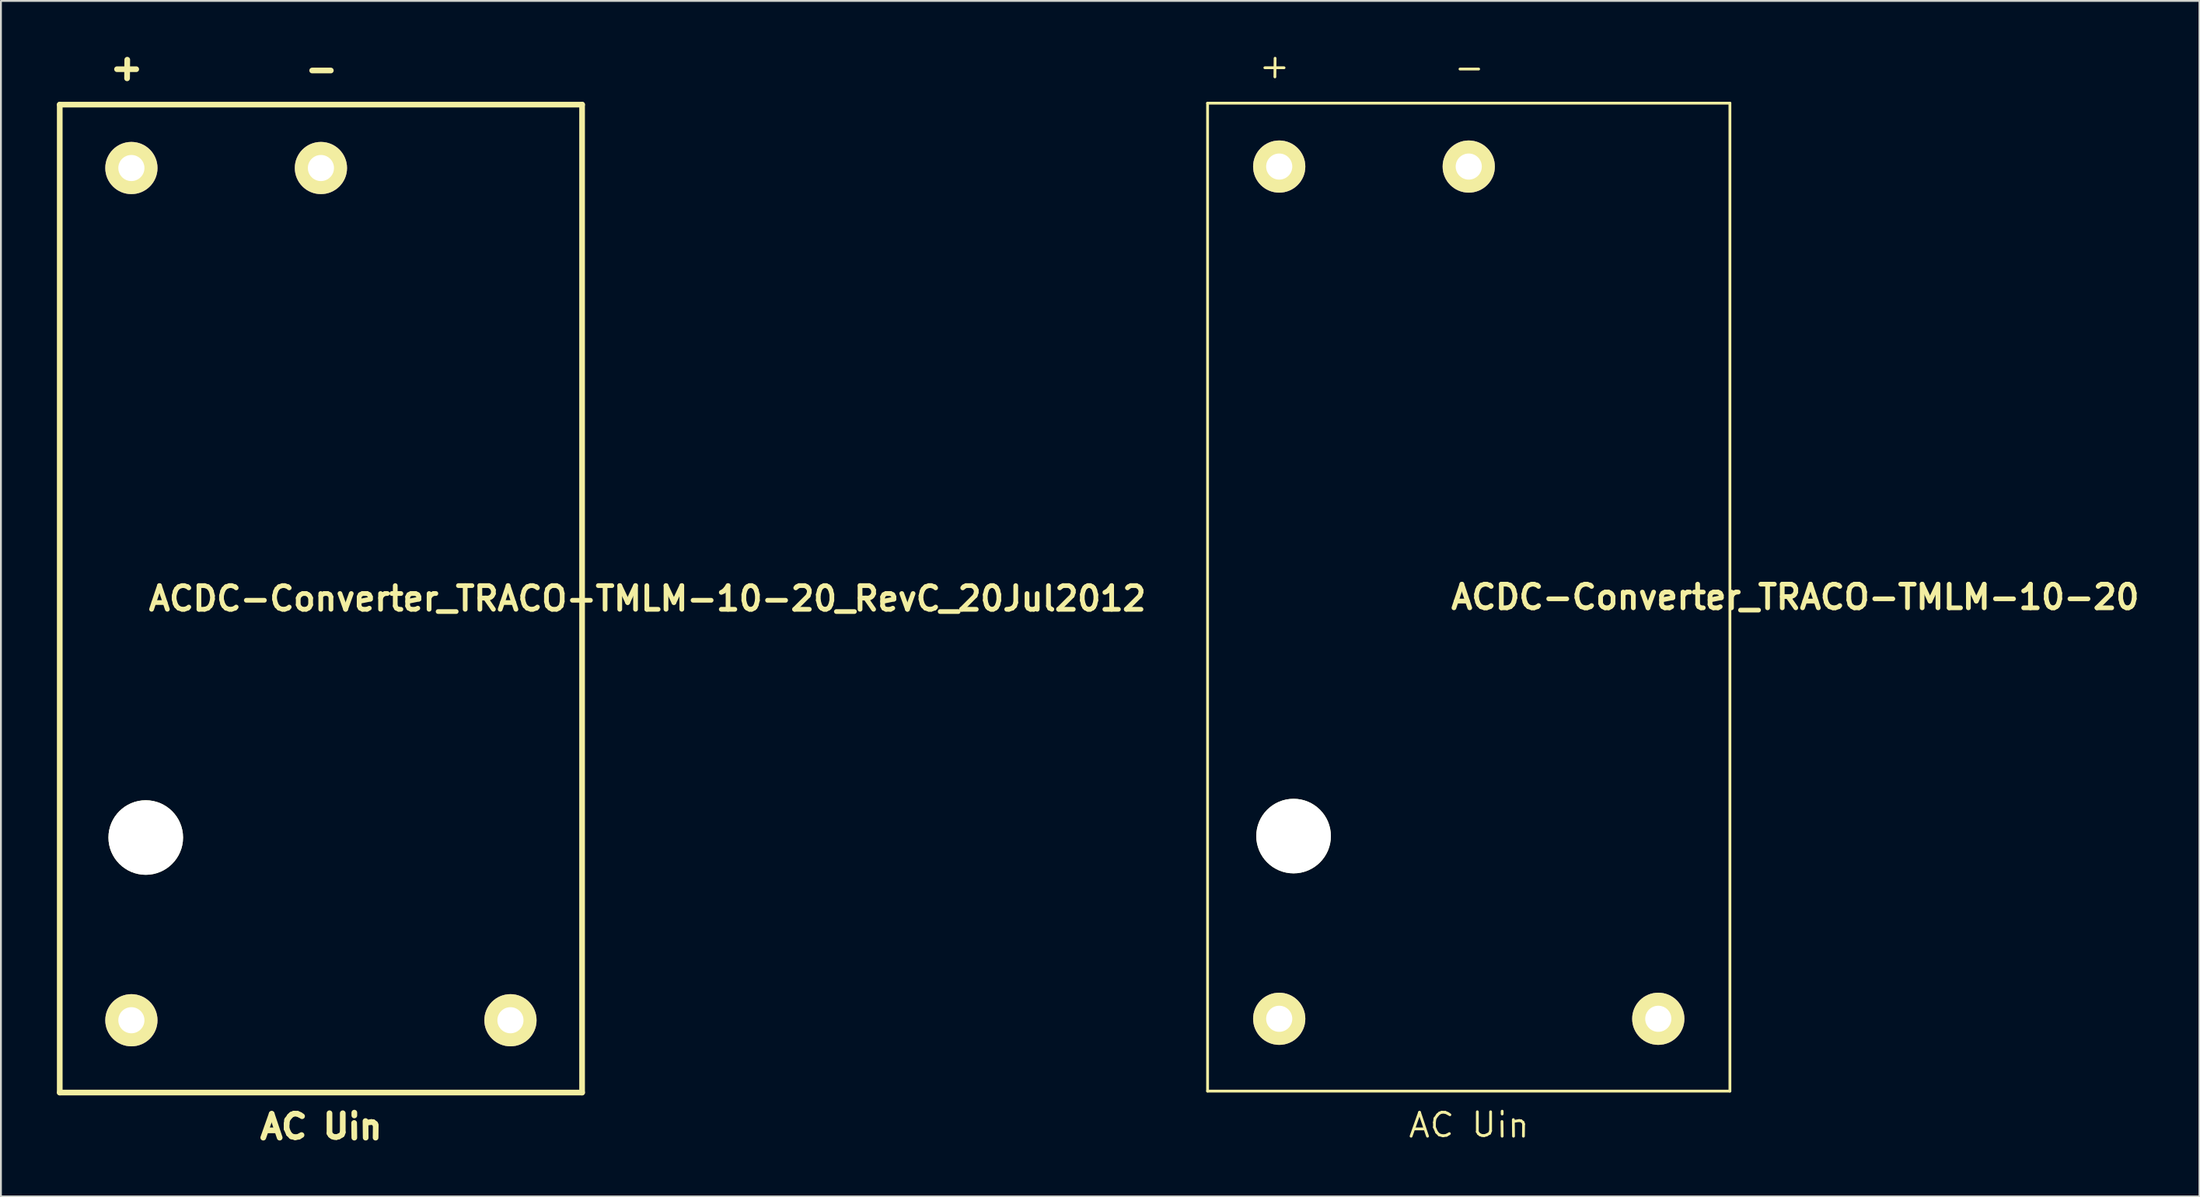
<source format=kicad_pcb>
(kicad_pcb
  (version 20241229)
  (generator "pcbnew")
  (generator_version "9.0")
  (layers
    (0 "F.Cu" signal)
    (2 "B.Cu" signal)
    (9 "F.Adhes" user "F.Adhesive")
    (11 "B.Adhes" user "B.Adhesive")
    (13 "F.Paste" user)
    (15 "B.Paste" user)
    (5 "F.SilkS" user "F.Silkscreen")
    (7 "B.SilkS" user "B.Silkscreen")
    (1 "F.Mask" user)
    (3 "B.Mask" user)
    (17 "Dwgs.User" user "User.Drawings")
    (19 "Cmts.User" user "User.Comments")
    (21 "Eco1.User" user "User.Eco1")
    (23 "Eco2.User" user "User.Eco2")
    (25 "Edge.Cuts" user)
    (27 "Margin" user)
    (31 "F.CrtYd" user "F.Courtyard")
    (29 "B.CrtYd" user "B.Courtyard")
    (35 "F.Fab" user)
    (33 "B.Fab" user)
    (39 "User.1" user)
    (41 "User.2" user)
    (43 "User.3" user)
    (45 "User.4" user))
  (footprint "ACDC-Converter_TRACO-TMLM-10-20"
    (layer "F.Cu")
    (at 75.683 28.985)
    (property "Reference" "ACDC-Converter_TRACO-TMLM-10-20" (at 17.501 0 0) (layer "F.SilkS") (effects (font (size 1.27 1.27) (thickness 0.254))))
    (attr through_hole)
    (fp_line (start -14 -26.5) (end 14 -26.5) (stroke (width 0.15) (type solid)) (layer "F.SilkS"))
    (fp_line (start -14 26.5) (end -14 -26.5) (stroke (width 0.15) (type solid)) (layer "F.SilkS"))
    (fp_line (start -10.93 -28.4) (end -9.901 -28.4) (stroke (width 0.15) (type solid)) (layer "F.SilkS"))
    (fp_line (start -10.381 -28.91) (end -10.391 -27.91) (stroke (width 0.15) (type solid)) (layer "F.SilkS"))
    (fp_line (start -3.091 28.92) (end -2.639 27.64) (stroke (width 0.15) (type solid)) (layer "F.SilkS"))
    (fp_line (start -2.921 28.529) (end -2.41 28.529) (stroke (width 0.15) (type solid)) (layer "F.SilkS"))
    (fp_line (start -2.639 27.64) (end -2.21 28.92) (stroke (width 0.15) (type solid)) (layer "F.SilkS"))
    (fp_line (start -1.839 28.179) (end -1.839 28.44) (stroke (width 0.15) (type solid)) (layer "F.SilkS"))
    (fp_line (start -1.839 28.44) (end -1.72 28.71) (stroke (width 0.15) (type solid)) (layer "F.SilkS"))
    (fp_line (start -1.811 27.97) (end -1.839 28.179) (stroke (width 0.15) (type solid)) (layer "F.SilkS"))
    (fp_line (start -1.72 28.71) (end -1.58 28.849) (stroke (width 0.15) (type solid)) (layer "F.SilkS"))
    (fp_line (start -1.669 27.77) (end -1.811 27.97) (stroke (width 0.15) (type solid)) (layer "F.SilkS"))
    (fp_line (start -1.58 28.849) (end -1.379 28.9) (stroke (width 0.15) (type solid)) (layer "F.SilkS"))
    (fp_line (start -1.57 27.681) (end -1.669 27.77) (stroke (width 0.15) (type solid)) (layer "F.SilkS"))
    (fp_line (start -1.44 27.63) (end -1.57 27.681) (stroke (width 0.15) (type solid)) (layer "F.SilkS"))
    (fp_line (start -1.379 28.9) (end -1.191 28.87) (stroke (width 0.15) (type solid)) (layer "F.SilkS"))
    (fp_line (start -1.26 27.64) (end -1.44 27.63) (stroke (width 0.15) (type solid)) (layer "F.SilkS"))
    (fp_line (start -1.191 28.87) (end -1.039 28.781) (stroke (width 0.15) (type solid)) (layer "F.SilkS"))
    (fp_line (start -1.12 27.701) (end -1.26 27.64) (stroke (width 0.15) (type solid)) (layer "F.SilkS"))
    (fp_line (start -1.011 27.77) (end -1.12 27.701) (stroke (width 0.15) (type solid)) (layer "F.SilkS"))
    (fp_line (start -0.47 -28.331) (end 0.531 -28.331) (stroke (width 0.15) (type solid)) (layer "F.SilkS"))
    (fp_line (start 0.46 27.61) (end 0.46 28.679) (stroke (width 0.15) (type solid)) (layer "F.SilkS"))
    (fp_line (start 0.46 28.679) (end 0.521 28.781) (stroke (width 0.15) (type solid)) (layer "F.SilkS"))
    (fp_line (start 0.521 28.781) (end 0.61 28.849) (stroke (width 0.15) (type solid)) (layer "F.SilkS"))
    (fp_line (start 0.61 28.849) (end 0.711 28.88) (stroke (width 0.15) (type solid)) (layer "F.SilkS"))
    (fp_line (start 0.711 28.88) (end 0.82 28.89) (stroke (width 0.15) (type solid)) (layer "F.SilkS"))
    (fp_line (start 0.82 28.89) (end 0.95 28.859) (stroke (width 0.15) (type solid)) (layer "F.SilkS"))
    (fp_line (start 0.95 28.859) (end 1.12 28.76) (stroke (width 0.15) (type solid)) (layer "F.SilkS"))
    (fp_line (start 1.12 28.76) (end 1.171 28.631) (stroke (width 0.15) (type solid)) (layer "F.SilkS"))
    (fp_line (start 1.171 28.631) (end 1.171 27.61) (stroke (width 0.15) (type solid)) (layer "F.SilkS"))
    (fp_line (start 1.791 27.579) (end 1.791 27.729) (stroke (width 0.15) (type solid)) (layer "F.SilkS"))
    (fp_line (start 1.791 28.92) (end 1.781 28.131) (stroke (width 0.15) (type solid)) (layer "F.SilkS"))
    (fp_line (start 2.4 28.92) (end 2.39 28.029) (stroke (width 0.15) (type solid)) (layer "F.SilkS"))
    (fp_line (start 2.7 28.08) (end 2.451 28.12) (stroke (width 0.15) (type solid)) (layer "F.SilkS"))
    (fp_line (start 2.799 28.09) (end 2.7 28.08) (stroke (width 0.15) (type solid)) (layer "F.SilkS"))
    (fp_line (start 2.911 28.179) (end 2.799 28.09) (stroke (width 0.15) (type solid)) (layer "F.SilkS"))
    (fp_line (start 2.931 28.92) (end 2.939 28.27) (stroke (width 0.15) (type solid)) (layer "F.SilkS"))
    (fp_line (start 2.939 28.27) (end 2.911 28.179) (stroke (width 0.15) (type solid)) (layer "F.SilkS"))
    (fp_line (start 14 -26.5) (end 14 26.5) (stroke (width 0.15) (type solid)) (layer "F.SilkS"))
    (fp_line (start 14 26.5) (end -14 26.5) (stroke (width 0.15) (type solid)) (layer "F.SilkS"))
    (pad "" np_thru_hole circle (at -9.39 12.819) (size 4 4) (drill 4) (layers "*.Cu" "*.Mask" "F.SilkS"))
    (pad "1" thru_hole circle (at 0 -23.099) (size 2.799 2.799) (drill 1.4) (layers "*.Cu" "*.Mask" "F.SilkS"))
    (pad "2" thru_hole circle (at -10.16 -23.099) (size 2.799 2.799) (drill 1.4) (layers "*.Cu" "*.Mask" "F.SilkS"))
    (pad "3" thru_hole circle (at -10.16 22.621) (size 2.799 2.799) (drill 1.4) (layers "*.Cu" "*.Mask" "F.SilkS"))
    (pad "4" thru_hole circle (at 10.16 22.621) (size 2.799 2.799) (drill 1.4) (layers "*.Cu" "*.Mask" "F.SilkS")))
  (footprint "ACDC-Converter_TRACO-TMLM-10-20_RevC_20Jul2012"
    (layer "F.Cu")
    (at 14.153 29.063)
    (property "Reference" "ACDC-Converter_TRACO-TMLM-10-20_RevC_20Jul2012" (at 17.501 0 0) (layer "F.SilkS") (effects (font (size 1.27 1.27) (thickness 0.254))))
    (attr through_hole)
    (fp_line (start -14 -26.5) (end 14 -26.5) (stroke (width 0.305) (type solid)) (layer "F.SilkS"))
    (fp_line (start -14 26.5) (end -14 -26.5) (stroke (width 0.305) (type solid)) (layer "F.SilkS"))
    (fp_line (start -10.93 -28.4) (end -9.901 -28.4) (stroke (width 0.305) (type solid)) (layer "F.SilkS"))
    (fp_line (start -10.381 -28.91) (end -10.391 -27.91) (stroke (width 0.305) (type solid)) (layer "F.SilkS"))
    (fp_line (start -3.091 28.92) (end -2.639 27.64) (stroke (width 0.305) (type solid)) (layer "F.SilkS"))
    (fp_line (start -2.921 28.529) (end -2.41 28.529) (stroke (width 0.305) (type solid)) (layer "F.SilkS"))
    (fp_line (start -2.639 27.64) (end -2.21 28.92) (stroke (width 0.305) (type solid)) (layer "F.SilkS"))
    (fp_line (start -1.839 28.179) (end -1.839 28.44) (stroke (width 0.305) (type solid)) (layer "F.SilkS"))
    (fp_line (start -1.839 28.44) (end -1.72 28.71) (stroke (width 0.305) (type solid)) (layer "F.SilkS"))
    (fp_line (start -1.811 27.97) (end -1.839 28.179) (stroke (width 0.305) (type solid)) (layer "F.SilkS"))
    (fp_line (start -1.72 28.71) (end -1.58 28.849) (stroke (width 0.305) (type solid)) (layer "F.SilkS"))
    (fp_line (start -1.669 27.77) (end -1.811 27.97) (stroke (width 0.305) (type solid)) (layer "F.SilkS"))
    (fp_line (start -1.58 28.849) (end -1.379 28.9) (stroke (width 0.305) (type solid)) (layer "F.SilkS"))
    (fp_line (start -1.57 27.681) (end -1.669 27.77) (stroke (width 0.305) (type solid)) (layer "F.SilkS"))
    (fp_line (start -1.44 27.63) (end -1.57 27.681) (stroke (width 0.305) (type solid)) (layer "F.SilkS"))
    (fp_line (start -1.379 28.9) (end -1.191 28.87) (stroke (width 0.305) (type solid)) (layer "F.SilkS"))
    (fp_line (start -1.26 27.64) (end -1.44 27.63) (stroke (width 0.305) (type solid)) (layer "F.SilkS"))
    (fp_line (start -1.191 28.87) (end -1.039 28.781) (stroke (width 0.305) (type solid)) (layer "F.SilkS"))
    (fp_line (start -1.12 27.701) (end -1.26 27.64) (stroke (width 0.305) (type solid)) (layer "F.SilkS"))
    (fp_line (start -1.011 27.77) (end -1.12 27.701) (stroke (width 0.305) (type solid)) (layer "F.SilkS"))
    (fp_line (start -0.47 -28.331) (end 0.531 -28.331) (stroke (width 0.305) (type solid)) (layer "F.SilkS"))
    (fp_line (start 0.46 27.61) (end 0.46 28.679) (stroke (width 0.305) (type solid)) (layer "F.SilkS"))
    (fp_line (start 0.46 28.679) (end 0.521 28.781) (stroke (width 0.305) (type solid)) (layer "F.SilkS"))
    (fp_line (start 0.521 28.781) (end 0.61 28.849) (stroke (width 0.305) (type solid)) (layer "F.SilkS"))
    (fp_line (start 0.61 28.849) (end 0.711 28.88) (stroke (width 0.305) (type solid)) (layer "F.SilkS"))
    (fp_line (start 0.711 28.88) (end 0.82 28.89) (stroke (width 0.305) (type solid)) (layer "F.SilkS"))
    (fp_line (start 0.82 28.89) (end 0.95 28.859) (stroke (width 0.305) (type solid)) (layer "F.SilkS"))
    (fp_line (start 0.95 28.859) (end 1.12 28.76) (stroke (width 0.305) (type solid)) (layer "F.SilkS"))
    (fp_line (start 1.12 28.76) (end 1.171 28.631) (stroke (width 0.305) (type solid)) (layer "F.SilkS"))
    (fp_line (start 1.171 28.631) (end 1.171 27.61) (stroke (width 0.305) (type solid)) (layer "F.SilkS"))
    (fp_line (start 1.791 27.579) (end 1.791 27.729) (stroke (width 0.305) (type solid)) (layer "F.SilkS"))
    (fp_line (start 1.791 28.92) (end 1.781 28.131) (stroke (width 0.305) (type solid)) (layer "F.SilkS"))
    (fp_line (start 2.4 28.92) (end 2.39 28.029) (stroke (width 0.305) (type solid)) (layer "F.SilkS"))
    (fp_line (start 2.7 28.08) (end 2.451 28.12) (stroke (width 0.305) (type solid)) (layer "F.SilkS"))
    (fp_line (start 2.799 28.09) (end 2.7 28.08) (stroke (width 0.305) (type solid)) (layer "F.SilkS"))
    (fp_line (start 2.911 28.179) (end 2.799 28.09) (stroke (width 0.305) (type solid)) (layer "F.SilkS"))
    (fp_line (start 2.931 28.92) (end 2.939 28.27) (stroke (width 0.305) (type solid)) (layer "F.SilkS"))
    (fp_line (start 2.939 28.27) (end 2.911 28.179) (stroke (width 0.305) (type solid)) (layer "F.SilkS"))
    (fp_line (start 14 -26.5) (end 14 26.5) (stroke (width 0.305) (type solid)) (layer "F.SilkS"))
    (fp_line (start 14 26.5) (end -14 26.5) (stroke (width 0.305) (type solid)) (layer "F.SilkS"))
    (pad "" np_thru_hole circle (at -9.39 12.819) (size 4 4) (drill 4) (layers "*.Cu" "*.Mask" "F.SilkS"))
    (pad "1" thru_hole circle (at 0 -23.099) (size 2.799 2.799) (drill 1.4) (layers "*.Cu" "*.Mask" "F.SilkS"))
    (pad "2" thru_hole circle (at -10.16 -23.099) (size 2.799 2.799) (drill 1.4) (layers "*.Cu" "*.Mask" "F.SilkS"))
    (pad "3" thru_hole circle (at -10.16 22.621) (size 2.799 2.799) (drill 1.4) (layers "*.Cu" "*.Mask" "F.SilkS"))
    (pad "4" thru_hole circle (at 10.16 22.621) (size 2.799 2.799) (drill 1.4) (layers "*.Cu" "*.Mask" "F.SilkS")))
  (gr_rect
    (start -3 -3)
    (end 114.853 61.136)
    (stroke (width 0.1) (type default))
    (fill no)
    (layer "Edge.Cuts")))
</source>
